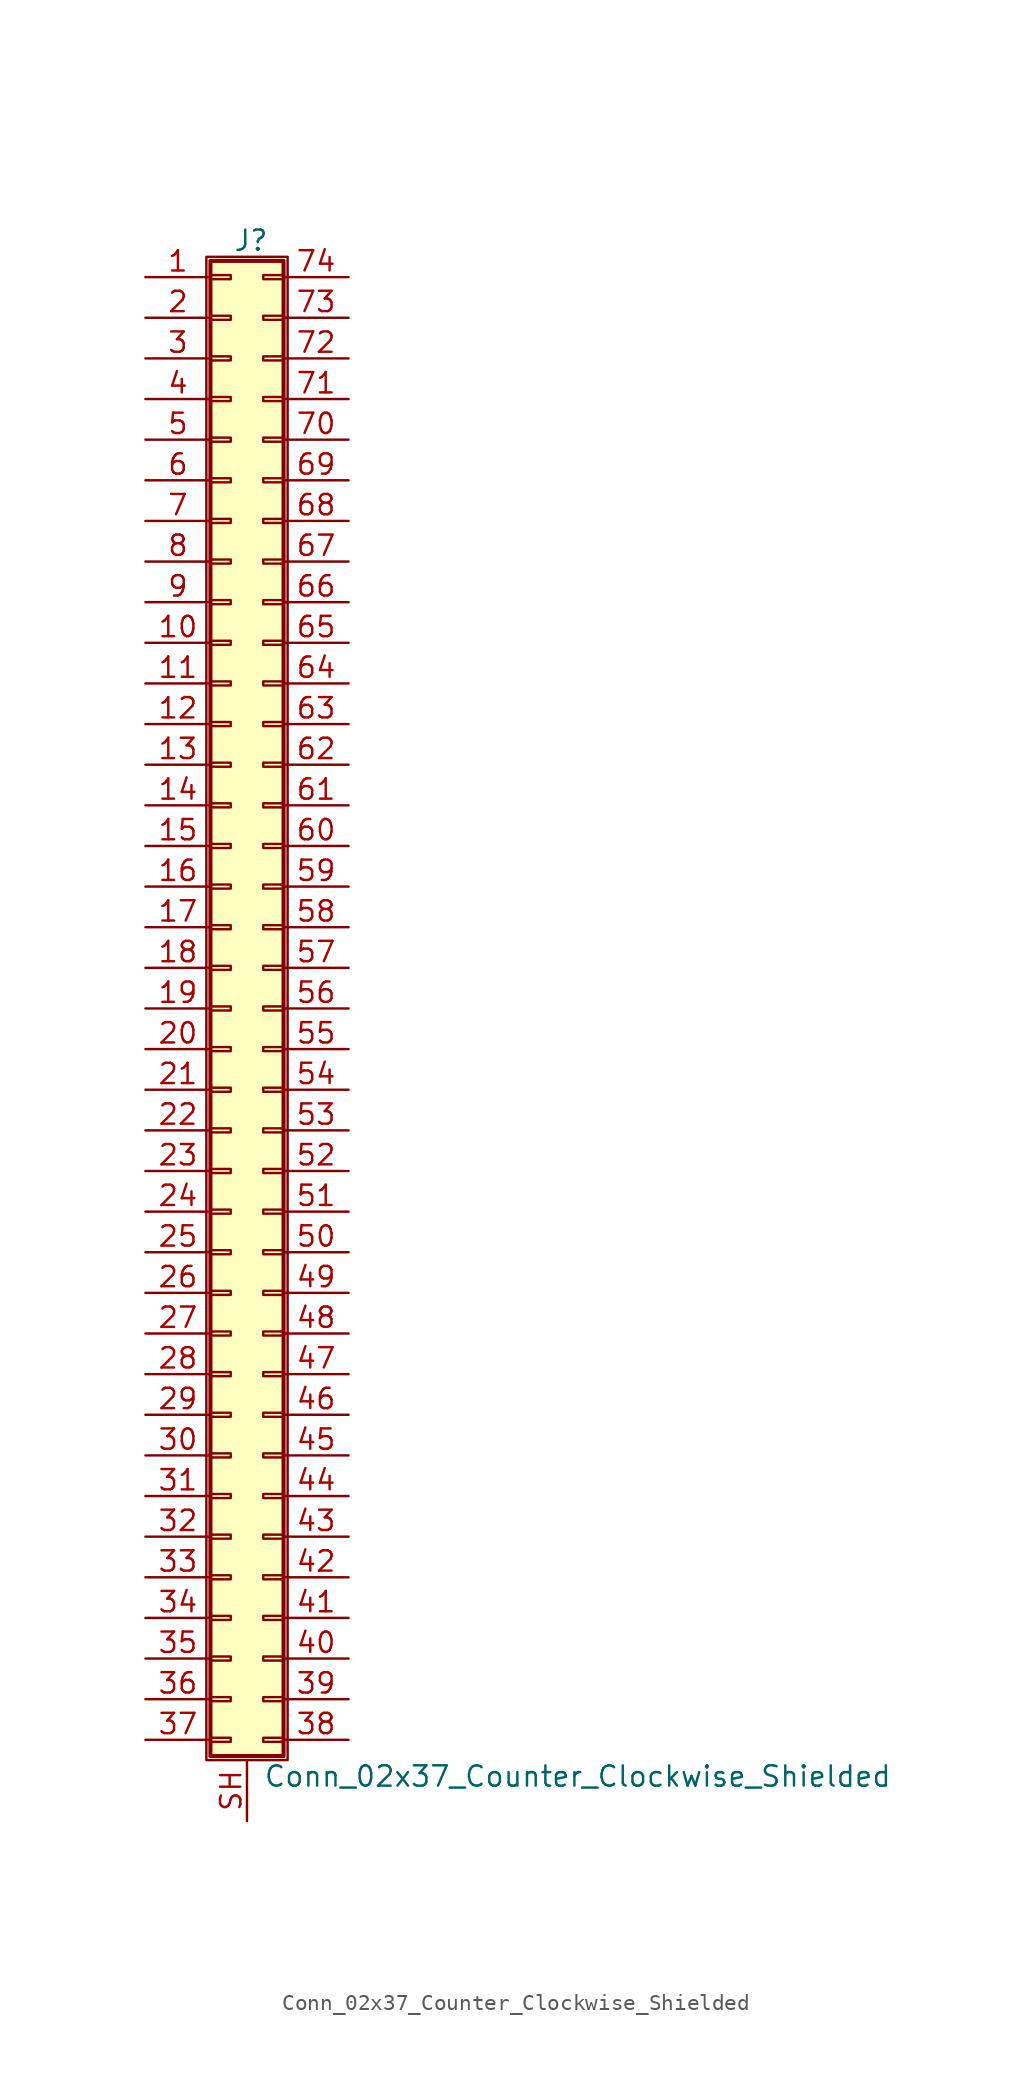
<source format=kicad_sym>
(kicad_symbol_lib
  (version 20201005)
  (generator kicad_symbol_editor)
  (symbol "Conn_02x37_Counter_Clockwise_Shielded"
    (pin_names
      (offset 1.016) hide)
    (property "Reference" "J"
      (at 1.524 48.006 0)
      (effects (font (size 1.27 1.27))))
    (property "Value" "Conn_02x37_Counter_Clockwise_Shielded"
      (at 2.286 -48.006 0)
      (effects (font (size 1.27 1.27)) (justify left)))
    (symbol "Conn_02x37_Counter_Clockwise_Shielded_1_1"
      (rectangle (start -1.27 46.99) (end 3.81 -46.99) (stroke (width 0.152)) (fill (type none)))
      (rectangle (start -1.016 -45.593) (end 0.254 -45.847) (stroke (width 0.152)) (fill (type none)))
      (rectangle (start -1.016 -43.053) (end 0.254 -43.307) (stroke (width 0.152)) (fill (type none)))
      (rectangle (start -1.016 -40.513) (end 0.254 -40.767) (stroke (width 0.152)) (fill (type none)))
      (rectangle (start -1.016 -37.973) (end 0.254 -38.227) (stroke (width 0.152)) (fill (type none)))
      (rectangle (start -1.016 -35.433) (end 0.254 -35.687) (stroke (width 0.152)) (fill (type none)))
      (rectangle (start -1.016 -32.893) (end 0.254 -33.147) (stroke (width 0.152)) (fill (type none)))
      (rectangle (start -1.016 -30.353) (end 0.254 -30.607) (stroke (width 0.152)) (fill (type none)))
      (rectangle (start -1.016 -27.813) (end 0.254 -28.067) (stroke (width 0.152)) (fill (type none)))
      (rectangle (start -1.016 -25.273) (end 0.254 -25.527) (stroke (width 0.152)) (fill (type none)))
      (rectangle (start -1.016 -22.733) (end 0.254 -22.987) (stroke (width 0.152)) (fill (type none)))
      (rectangle (start -1.016 -20.193) (end 0.254 -20.447) (stroke (width 0.152)) (fill (type none)))
      (rectangle (start -1.016 -17.653) (end 0.254 -17.907) (stroke (width 0.152)) (fill (type none)))
      (rectangle (start -1.016 -15.113) (end 0.254 -15.367) (stroke (width 0.152)) (fill (type none)))
      (rectangle (start -1.016 -12.573) (end 0.254 -12.827) (stroke (width 0.152)) (fill (type none)))
      (rectangle (start -1.016 -10.033) (end 0.254 -10.287) (stroke (width 0.152)) (fill (type none)))
      (rectangle (start -1.016 -7.493) (end 0.254 -7.747) (stroke (width 0.152)) (fill (type none)))
      (rectangle (start -1.016 -4.953) (end 0.254 -5.207) (stroke (width 0.152)) (fill (type none)))
      (rectangle (start -1.016 -2.413) (end 0.254 -2.667) (stroke (width 0.152)) (fill (type none)))
      (rectangle (start -1.016 0.127) (end 0.254 -0.127) (stroke (width 0.152)) (fill (type none)))
      (rectangle (start -1.016 2.667) (end 0.254 2.413) (stroke (width 0.152)) (fill (type none)))
      (rectangle (start -1.016 5.207) (end 0.254 4.953) (stroke (width 0.152)) (fill (type none)))
      (rectangle (start -1.016 7.747) (end 0.254 7.493) (stroke (width 0.152)) (fill (type none)))
      (rectangle (start -1.016 10.287) (end 0.254 10.033) (stroke (width 0.152)) (fill (type none)))
      (rectangle (start -1.016 12.827) (end 0.254 12.573) (stroke (width 0.152)) (fill (type none)))
      (rectangle (start -1.016 15.367) (end 0.254 15.113) (stroke (width 0.152)) (fill (type none)))
      (rectangle (start -1.016 17.907) (end 0.254 17.653) (stroke (width 0.152)) (fill (type none)))
      (rectangle (start -1.016 20.447) (end 0.254 20.193) (stroke (width 0.152)) (fill (type none)))
      (rectangle (start -1.016 22.987) (end 0.254 22.733) (stroke (width 0.152)) (fill (type none)))
      (rectangle (start -1.016 25.527) (end 0.254 25.273) (stroke (width 0.152)) (fill (type none)))
      (rectangle (start -1.016 28.067) (end 0.254 27.813) (stroke (width 0.152)) (fill (type none)))
      (rectangle (start -1.016 30.607) (end 0.254 30.353) (stroke (width 0.152)) (fill (type none)))
      (rectangle (start -1.016 33.147) (end 0.254 32.893) (stroke (width 0.152)) (fill (type none)))
      (rectangle (start -1.016 35.687) (end 0.254 35.433) (stroke (width 0.152)) (fill (type none)))
      (rectangle (start -1.016 38.227) (end 0.254 37.973) (stroke (width 0.152)) (fill (type none)))
      (rectangle (start -1.016 40.767) (end 0.254 40.513) (stroke (width 0.152)) (fill (type none)))
      (rectangle (start -1.016 43.307) (end 0.254 43.053) (stroke (width 0.152)) (fill (type none)))
      (rectangle (start -1.016 45.847) (end 0.254 45.593) (stroke (width 0.152)) (fill (type none)))
      (rectangle (start -1.016 46.736) (end 3.556 -46.736) (stroke (width 0.254)) (fill (type background)))
      (rectangle (start 3.556 -45.593) (end 2.286 -45.847) (stroke (width 0.152)) (fill (type none)))
      (rectangle (start 3.556 -43.053) (end 2.286 -43.307) (stroke (width 0.152)) (fill (type none)))
      (rectangle (start 3.556 -40.513) (end 2.286 -40.767) (stroke (width 0.152)) (fill (type none)))
      (rectangle (start 3.556 -37.973) (end 2.286 -38.227) (stroke (width 0.152)) (fill (type none)))
      (rectangle (start 3.556 -35.433) (end 2.286 -35.687) (stroke (width 0.152)) (fill (type none)))
      (rectangle (start 3.556 -32.893) (end 2.286 -33.147) (stroke (width 0.152)) (fill (type none)))
      (rectangle (start 3.556 -30.353) (end 2.286 -30.607) (stroke (width 0.152)) (fill (type none)))
      (rectangle (start 3.556 -27.813) (end 2.286 -28.067) (stroke (width 0.152)) (fill (type none)))
      (rectangle (start 3.556 -25.273) (end 2.286 -25.527) (stroke (width 0.152)) (fill (type none)))
      (rectangle (start 3.556 -22.733) (end 2.286 -22.987) (stroke (width 0.152)) (fill (type none)))
      (rectangle (start 3.556 -20.193) (end 2.286 -20.447) (stroke (width 0.152)) (fill (type none)))
      (rectangle (start 3.556 -17.653) (end 2.286 -17.907) (stroke (width 0.152)) (fill (type none)))
      (rectangle (start 3.556 -15.113) (end 2.286 -15.367) (stroke (width 0.152)) (fill (type none)))
      (rectangle (start 3.556 -12.573) (end 2.286 -12.827) (stroke (width 0.152)) (fill (type none)))
      (rectangle (start 3.556 -10.033) (end 2.286 -10.287) (stroke (width 0.152)) (fill (type none)))
      (rectangle (start 3.556 -7.493) (end 2.286 -7.747) (stroke (width 0.152)) (fill (type none)))
      (rectangle (start 3.556 -4.953) (end 2.286 -5.207) (stroke (width 0.152)) (fill (type none)))
      (rectangle (start 3.556 -2.413) (end 2.286 -2.667) (stroke (width 0.152)) (fill (type none)))
      (rectangle (start 3.556 0.127) (end 2.286 -0.127) (stroke (width 0.152)) (fill (type none)))
      (rectangle (start 3.556 2.667) (end 2.286 2.413) (stroke (width 0.152)) (fill (type none)))
      (rectangle (start 3.556 5.207) (end 2.286 4.953) (stroke (width 0.152)) (fill (type none)))
      (rectangle (start 3.556 7.747) (end 2.286 7.493) (stroke (width 0.152)) (fill (type none)))
      (rectangle (start 3.556 10.287) (end 2.286 10.033) (stroke (width 0.152)) (fill (type none)))
      (rectangle (start 3.556 12.827) (end 2.286 12.573) (stroke (width 0.152)) (fill (type none)))
      (rectangle (start 3.556 15.367) (end 2.286 15.113) (stroke (width 0.152)) (fill (type none)))
      (rectangle (start 3.556 17.907) (end 2.286 17.653) (stroke (width 0.152)) (fill (type none)))
      (rectangle (start 3.556 20.447) (end 2.286 20.193) (stroke (width 0.152)) (fill (type none)))
      (rectangle (start 3.556 22.987) (end 2.286 22.733) (stroke (width 0.152)) (fill (type none)))
      (rectangle (start 3.556 25.527) (end 2.286 25.273) (stroke (width 0.152)) (fill (type none)))
      (rectangle (start 3.556 28.067) (end 2.286 27.813) (stroke (width 0.152)) (fill (type none)))
      (rectangle (start 3.556 30.607) (end 2.286 30.353) (stroke (width 0.152)) (fill (type none)))
      (rectangle (start 3.556 33.147) (end 2.286 32.893) (stroke (width 0.152)) (fill (type none)))
      (rectangle (start 3.556 35.687) (end 2.286 35.433) (stroke (width 0.152)) (fill (type none)))
      (rectangle (start 3.556 38.227) (end 2.286 37.973) (stroke (width 0.152)) (fill (type none)))
      (rectangle (start 3.556 40.767) (end 2.286 40.513) (stroke (width 0.152)) (fill (type none)))
      (rectangle (start 3.556 43.307) (end 2.286 43.053) (stroke (width 0.152)) (fill (type none)))
      (rectangle (start 3.556 45.847) (end 2.286 45.593) (stroke (width 0.152)) (fill (type none)))
      (pin passive line (at -5.08 45.72 0) (length 4.064) (name "Pin_1" (effects (font (size 1.27 1.27)))) (number "1" (effects (font (size 1.27 1.27)))))
      (pin passive line (at -5.08 22.86 0) (length 4.064) (name "Pin_10" (effects (font (size 1.27 1.27)))) (number "10" (effects (font (size 1.27 1.27)))))
      (pin passive line (at -5.08 20.32 0) (length 4.064) (name "Pin_11" (effects (font (size 1.27 1.27)))) (number "11" (effects (font (size 1.27 1.27)))))
      (pin passive line (at -5.08 17.78 0) (length 4.064) (name "Pin_12" (effects (font (size 1.27 1.27)))) (number "12" (effects (font (size 1.27 1.27)))))
      (pin passive line (at -5.08 15.24 0) (length 4.064) (name "Pin_13" (effects (font (size 1.27 1.27)))) (number "13" (effects (font (size 1.27 1.27)))))
      (pin passive line (at -5.08 12.7 0) (length 4.064) (name "Pin_14" (effects (font (size 1.27 1.27)))) (number "14" (effects (font (size 1.27 1.27)))))
      (pin passive line (at -5.08 10.16 0) (length 4.064) (name "Pin_15" (effects (font (size 1.27 1.27)))) (number "15" (effects (font (size 1.27 1.27)))))
      (pin passive line (at -5.08 7.62 0) (length 4.064) (name "Pin_16" (effects (font (size 1.27 1.27)))) (number "16" (effects (font (size 1.27 1.27)))))
      (pin passive line (at -5.08 5.08 0) (length 4.064) (name "Pin_17" (effects (font (size 1.27 1.27)))) (number "17" (effects (font (size 1.27 1.27)))))
      (pin passive line (at -5.08 2.54 0) (length 4.064) (name "Pin_18" (effects (font (size 1.27 1.27)))) (number "18" (effects (font (size 1.27 1.27)))))
      (pin passive line (at -5.08 0 0) (length 4.064) (name "Pin_19" (effects (font (size 1.27 1.27)))) (number "19" (effects (font (size 1.27 1.27)))))
      (pin passive line (at -5.08 43.18 0) (length 4.064) (name "Pin_2" (effects (font (size 1.27 1.27)))) (number "2" (effects (font (size 1.27 1.27)))))
      (pin passive line (at -5.08 -2.54 0) (length 4.064) (name "Pin_20" (effects (font (size 1.27 1.27)))) (number "20" (effects (font (size 1.27 1.27)))))
      (pin passive line (at -5.08 -5.08 0) (length 4.064) (name "Pin_21" (effects (font (size 1.27 1.27)))) (number "21" (effects (font (size 1.27 1.27)))))
      (pin passive line (at -5.08 -7.62 0) (length 4.064) (name "Pin_22" (effects (font (size 1.27 1.27)))) (number "22" (effects (font (size 1.27 1.27)))))
      (pin passive line (at -5.08 -10.16 0) (length 4.064) (name "Pin_23" (effects (font (size 1.27 1.27)))) (number "23" (effects (font (size 1.27 1.27)))))
      (pin passive line (at -5.08 -12.7 0) (length 4.064) (name "Pin_24" (effects (font (size 1.27 1.27)))) (number "24" (effects (font (size 1.27 1.27)))))
      (pin passive line (at -5.08 -15.24 0) (length 4.064) (name "Pin_25" (effects (font (size 1.27 1.27)))) (number "25" (effects (font (size 1.27 1.27)))))
      (pin passive line (at -5.08 -17.78 0) (length 4.064) (name "Pin_26" (effects (font (size 1.27 1.27)))) (number "26" (effects (font (size 1.27 1.27)))))
      (pin passive line (at -5.08 -20.32 0) (length 4.064) (name "Pin_27" (effects (font (size 1.27 1.27)))) (number "27" (effects (font (size 1.27 1.27)))))
      (pin passive line (at -5.08 -22.86 0) (length 4.064) (name "Pin_28" (effects (font (size 1.27 1.27)))) (number "28" (effects (font (size 1.27 1.27)))))
      (pin passive line (at -5.08 -25.4 0) (length 4.064) (name "Pin_29" (effects (font (size 1.27 1.27)))) (number "29" (effects (font (size 1.27 1.27)))))
      (pin passive line (at -5.08 40.64 0) (length 4.064) (name "Pin_3" (effects (font (size 1.27 1.27)))) (number "3" (effects (font (size 1.27 1.27)))))
      (pin passive line (at -5.08 -27.94 0) (length 4.064) (name "Pin_30" (effects (font (size 1.27 1.27)))) (number "30" (effects (font (size 1.27 1.27)))))
      (pin passive line (at -5.08 -30.48 0) (length 4.064) (name "Pin_31" (effects (font (size 1.27 1.27)))) (number "31" (effects (font (size 1.27 1.27)))))
      (pin passive line (at -5.08 -33.02 0) (length 4.064) (name "Pin_32" (effects (font (size 1.27 1.27)))) (number "32" (effects (font (size 1.27 1.27)))))
      (pin passive line (at -5.08 -35.56 0) (length 4.064) (name "Pin_33" (effects (font (size 1.27 1.27)))) (number "33" (effects (font (size 1.27 1.27)))))
      (pin passive line (at -5.08 -38.1 0) (length 4.064) (name "Pin_34" (effects (font (size 1.27 1.27)))) (number "34" (effects (font (size 1.27 1.27)))))
      (pin passive line (at -5.08 -40.64 0) (length 4.064) (name "Pin_35" (effects (font (size 1.27 1.27)))) (number "35" (effects (font (size 1.27 1.27)))))
      (pin passive line (at -5.08 -43.18 0) (length 4.064) (name "Pin_36" (effects (font (size 1.27 1.27)))) (number "36" (effects (font (size 1.27 1.27)))))
      (pin passive line (at -5.08 -45.72 0) (length 4.064) (name "Pin_37" (effects (font (size 1.27 1.27)))) (number "37" (effects (font (size 1.27 1.27)))))
      (pin passive line (at 7.62 -45.72 180) (length 4.064) (name "Pin_38" (effects (font (size 1.27 1.27)))) (number "38" (effects (font (size 1.27 1.27)))))
      (pin passive line (at 7.62 -43.18 180) (length 4.064) (name "Pin_39" (effects (font (size 1.27 1.27)))) (number "39" (effects (font (size 1.27 1.27)))))
      (pin passive line (at -5.08 38.1 0) (length 4.064) (name "Pin_4" (effects (font (size 1.27 1.27)))) (number "4" (effects (font (size 1.27 1.27)))))
      (pin passive line (at 7.62 -40.64 180) (length 4.064) (name "Pin_40" (effects (font (size 1.27 1.27)))) (number "40" (effects (font (size 1.27 1.27)))))
      (pin passive line (at 7.62 -38.1 180) (length 4.064) (name "Pin_41" (effects (font (size 1.27 1.27)))) (number "41" (effects (font (size 1.27 1.27)))))
      (pin passive line (at 7.62 -35.56 180) (length 4.064) (name "Pin_42" (effects (font (size 1.27 1.27)))) (number "42" (effects (font (size 1.27 1.27)))))
      (pin passive line (at 7.62 -33.02 180) (length 4.064) (name "Pin_43" (effects (font (size 1.27 1.27)))) (number "43" (effects (font (size 1.27 1.27)))))
      (pin passive line (at 7.62 -30.48 180) (length 4.064) (name "Pin_44" (effects (font (size 1.27 1.27)))) (number "44" (effects (font (size 1.27 1.27)))))
      (pin passive line (at 7.62 -27.94 180) (length 4.064) (name "Pin_45" (effects (font (size 1.27 1.27)))) (number "45" (effects (font (size 1.27 1.27)))))
      (pin passive line (at 7.62 -25.4 180) (length 4.064) (name "Pin_46" (effects (font (size 1.27 1.27)))) (number "46" (effects (font (size 1.27 1.27)))))
      (pin passive line (at 7.62 -22.86 180) (length 4.064) (name "Pin_47" (effects (font (size 1.27 1.27)))) (number "47" (effects (font (size 1.27 1.27)))))
      (pin passive line (at 7.62 -20.32 180) (length 4.064) (name "Pin_48" (effects (font (size 1.27 1.27)))) (number "48" (effects (font (size 1.27 1.27)))))
      (pin passive line (at 7.62 -17.78 180) (length 4.064) (name "Pin_49" (effects (font (size 1.27 1.27)))) (number "49" (effects (font (size 1.27 1.27)))))
      (pin passive line (at -5.08 35.56 0) (length 4.064) (name "Pin_5" (effects (font (size 1.27 1.27)))) (number "5" (effects (font (size 1.27 1.27)))))
      (pin passive line (at 7.62 -15.24 180) (length 4.064) (name "Pin_50" (effects (font (size 1.27 1.27)))) (number "50" (effects (font (size 1.27 1.27)))))
      (pin passive line (at 7.62 -12.7 180) (length 4.064) (name "Pin_51" (effects (font (size 1.27 1.27)))) (number "51" (effects (font (size 1.27 1.27)))))
      (pin passive line (at 7.62 -10.16 180) (length 4.064) (name "Pin_52" (effects (font (size 1.27 1.27)))) (number "52" (effects (font (size 1.27 1.27)))))
      (pin passive line (at 7.62 -7.62 180) (length 4.064) (name "Pin_53" (effects (font (size 1.27 1.27)))) (number "53" (effects (font (size 1.27 1.27)))))
      (pin passive line (at 7.62 -5.08 180) (length 4.064) (name "Pin_54" (effects (font (size 1.27 1.27)))) (number "54" (effects (font (size 1.27 1.27)))))
      (pin passive line (at 7.62 -2.54 180) (length 4.064) (name "Pin_55" (effects (font (size 1.27 1.27)))) (number "55" (effects (font (size 1.27 1.27)))))
      (pin passive line (at 7.62 0 180) (length 4.064) (name "Pin_56" (effects (font (size 1.27 1.27)))) (number "56" (effects (font (size 1.27 1.27)))))
      (pin passive line (at 7.62 2.54 180) (length 4.064) (name "Pin_57" (effects (font (size 1.27 1.27)))) (number "57" (effects (font (size 1.27 1.27)))))
      (pin passive line (at 7.62 5.08 180) (length 4.064) (name "Pin_58" (effects (font (size 1.27 1.27)))) (number "58" (effects (font (size 1.27 1.27)))))
      (pin passive line (at 7.62 7.62 180) (length 4.064) (name "Pin_59" (effects (font (size 1.27 1.27)))) (number "59" (effects (font (size 1.27 1.27)))))
      (pin passive line (at -5.08 33.02 0) (length 4.064) (name "Pin_6" (effects (font (size 1.27 1.27)))) (number "6" (effects (font (size 1.27 1.27)))))
      (pin passive line (at 7.62 10.16 180) (length 4.064) (name "Pin_60" (effects (font (size 1.27 1.27)))) (number "60" (effects (font (size 1.27 1.27)))))
      (pin passive line (at 7.62 12.7 180) (length 4.064) (name "Pin_61" (effects (font (size 1.27 1.27)))) (number "61" (effects (font (size 1.27 1.27)))))
      (pin passive line (at 7.62 15.24 180) (length 4.064) (name "Pin_62" (effects (font (size 1.27 1.27)))) (number "62" (effects (font (size 1.27 1.27)))))
      (pin passive line (at 7.62 17.78 180) (length 4.064) (name "Pin_63" (effects (font (size 1.27 1.27)))) (number "63" (effects (font (size 1.27 1.27)))))
      (pin passive line (at 7.62 20.32 180) (length 4.064) (name "Pin_64" (effects (font (size 1.27 1.27)))) (number "64" (effects (font (size 1.27 1.27)))))
      (pin passive line (at 7.62 22.86 180) (length 4.064) (name "Pin_65" (effects (font (size 1.27 1.27)))) (number "65" (effects (font (size 1.27 1.27)))))
      (pin passive line (at 7.62 25.4 180) (length 4.064) (name "Pin_66" (effects (font (size 1.27 1.27)))) (number "66" (effects (font (size 1.27 1.27)))))
      (pin passive line (at 7.62 27.94 180) (length 4.064) (name "Pin_67" (effects (font (size 1.27 1.27)))) (number "67" (effects (font (size 1.27 1.27)))))
      (pin passive line (at 7.62 30.48 180) (length 4.064) (name "Pin_68" (effects (font (size 1.27 1.27)))) (number "68" (effects (font (size 1.27 1.27)))))
      (pin passive line (at 7.62 33.02 180) (length 4.064) (name "Pin_69" (effects (font (size 1.27 1.27)))) (number "69" (effects (font (size 1.27 1.27)))))
      (pin passive line (at -5.08 30.48 0) (length 4.064) (name "Pin_7" (effects (font (size 1.27 1.27)))) (number "7" (effects (font (size 1.27 1.27)))))
      (pin passive line (at 7.62 35.56 180) (length 4.064) (name "Pin_70" (effects (font (size 1.27 1.27)))) (number "70" (effects (font (size 1.27 1.27)))))
      (pin passive line (at 7.62 38.1 180) (length 4.064) (name "Pin_71" (effects (font (size 1.27 1.27)))) (number "71" (effects (font (size 1.27 1.27)))))
      (pin passive line (at 7.62 40.64 180) (length 4.064) (name "Pin_72" (effects (font (size 1.27 1.27)))) (number "72" (effects (font (size 1.27 1.27)))))
      (pin passive line (at 7.62 43.18 180) (length 4.064) (name "Pin_73" (effects (font (size 1.27 1.27)))) (number "73" (effects (font (size 1.27 1.27)))))
      (pin passive line (at 7.62 45.72 180) (length 4.064) (name "Pin_74" (effects (font (size 1.27 1.27)))) (number "74" (effects (font (size 1.27 1.27)))))
      (pin passive line (at -5.08 27.94 0) (length 4.064) (name "Pin_8" (effects (font (size 1.27 1.27)))) (number "8" (effects (font (size 1.27 1.27)))))
      (pin passive line (at -5.08 25.4 0) (length 4.064) (name "Pin_9" (effects (font (size 1.27 1.27)))) (number "9" (effects (font (size 1.27 1.27)))))
      (pin passive line (at 1.27 -50.8 90) (length 3.81) (name "Shield" (effects (font (size 1.27 1.27)))) (number "SH" (effects (font (size 1.27 1.27))))))))
</source>
